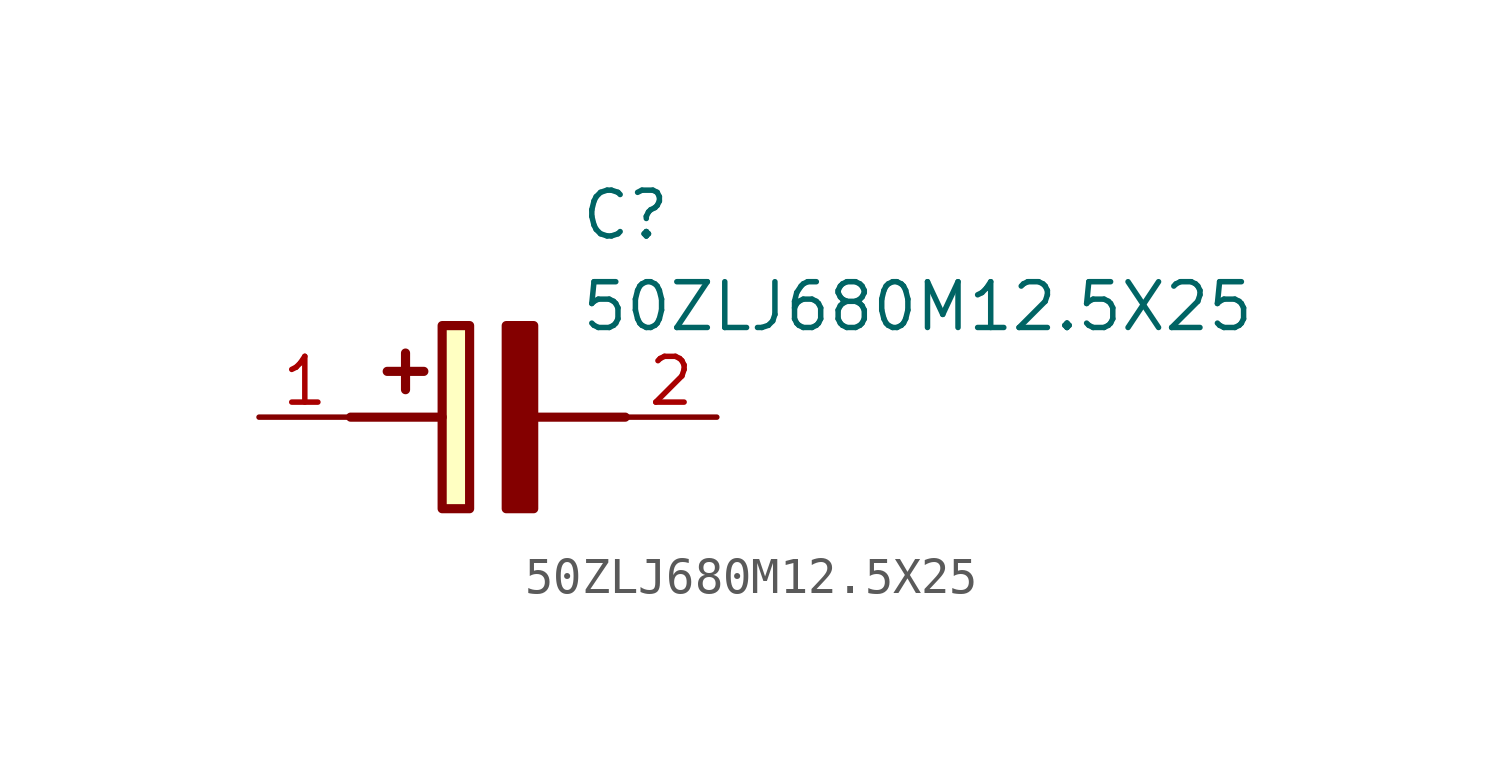
<source format=kicad_sym>
(kicad_symbol_lib
  (version 20211014)
  (generator SamacSys_ECAD_Model)
  (symbol "50ZLJ680M12.5X25"
    (pin_names hide)
    (property "Reference" "C"
      (at 8.89 6.35 0)
      (effects (font (size 1.27 1.27)) (justify left top)))
    (property "Value" "50ZLJ680M12.5X25"
      (at 8.89 3.81 0)
      (effects (font (size 1.27 1.27)) (justify left top)))
    (rectangle
      (start 5.08 2.54)
      (end 5.842 -2.54)
      (stroke (width 0.254) (type default))
      (fill (type background)))
    (polyline
      (pts (xy 4.572 1.27) (xy 3.556 1.27))
      (stroke (width 0.254) (type default))
      (fill (type none)))
    (polyline
      (pts (xy 4.064 1.778) (xy 4.064 0.762))
      (stroke (width 0.254) (type default))
      (fill (type none)))
    (polyline
      (pts (xy 2.54 0) (xy 5.08 0))
      (stroke (width 0.254) (type default))
      (fill (type none)))
    (polyline
      (pts (xy 7.62 0) (xy 10.16 0))
      (stroke (width 0.254) (type default))
      (fill (type none)))
    (polyline
      (pts (xy 7.62 2.54) (xy 7.62 -2.54) (xy 6.858 -2.54) (xy 6.858 2.54) (xy 7.62 2.54))
      (stroke (width 0.254) (type default))
      (fill (type outline)))
    (pin passive line
      (at 0 0 0)
      (length 2.54)
      (name "+" (effects (font (size 1.27 1.27))))
      (number "1" (effects (font (size 1.27 1.27)))))
    (pin passive line
      (at 12.7 0 180)
      (length 2.54)
      (name "-" (effects (font (size 1.27 1.27))))
      (number "2" (effects (font (size 1.27 1.27)))))))
</source>
